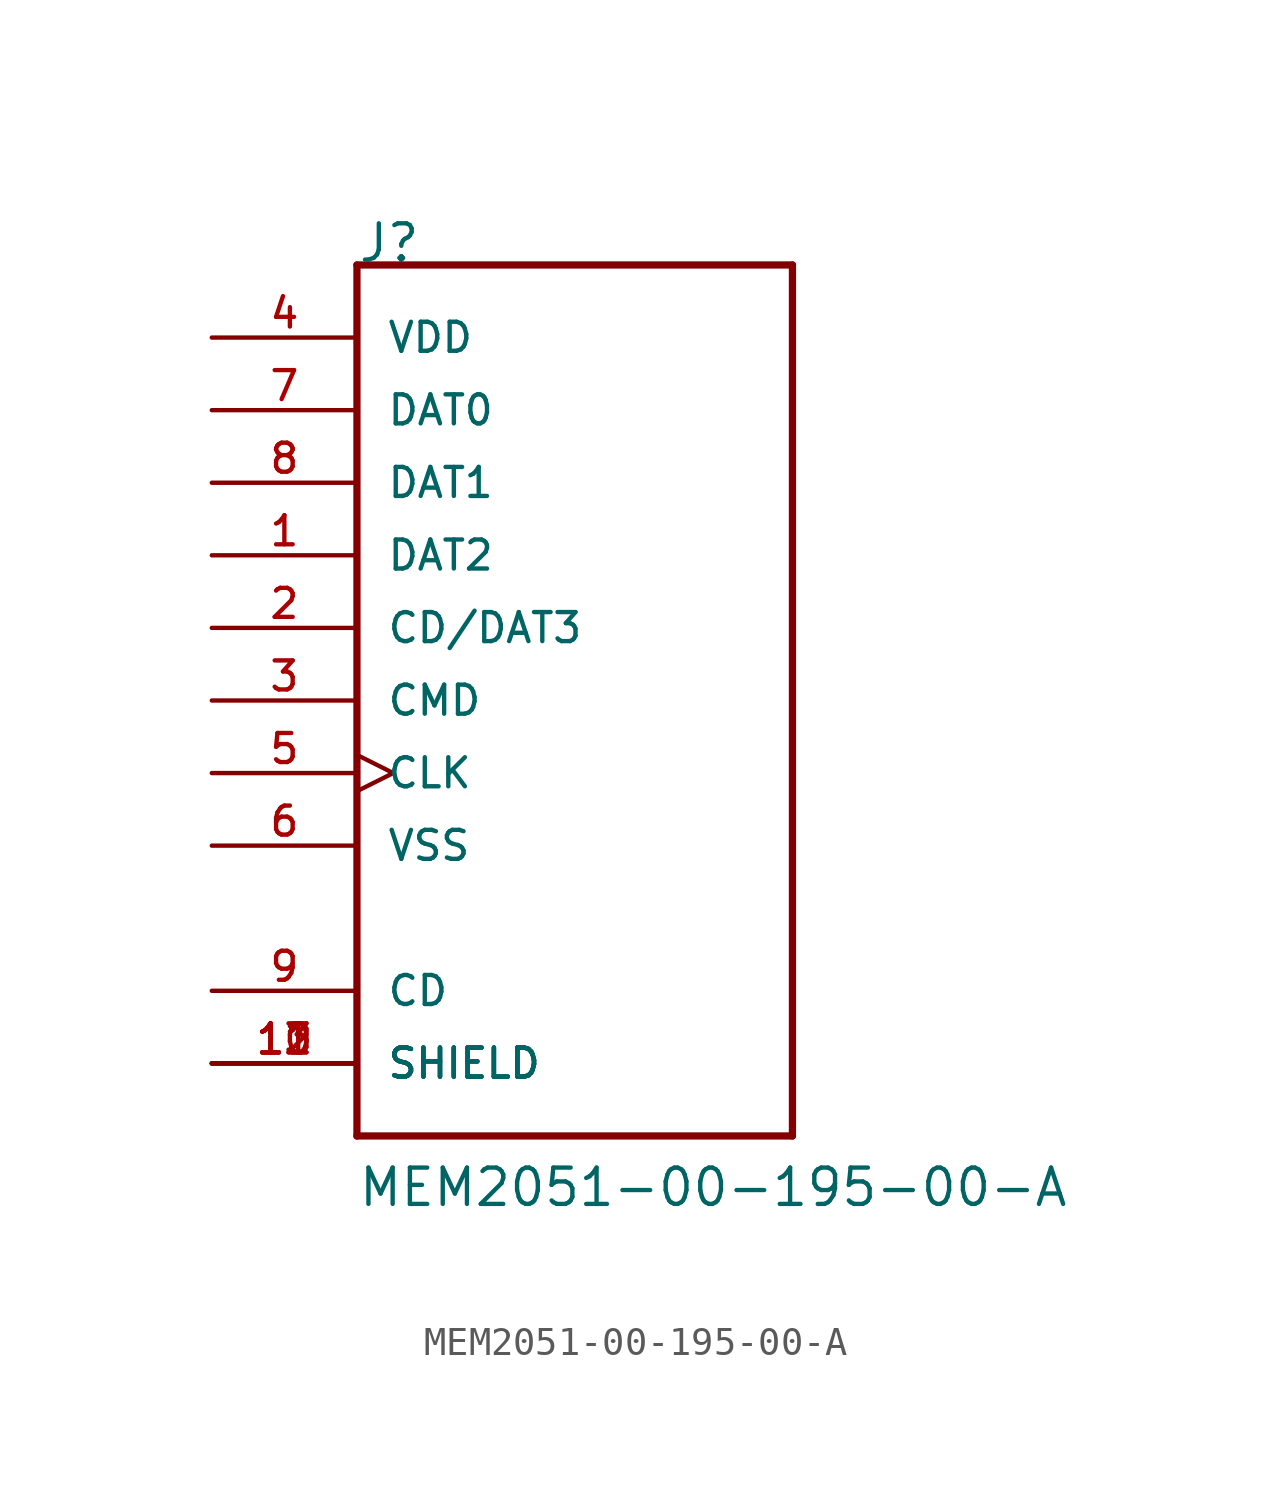
<source format=kicad_sym>
(kicad_symbol_lib
  (version 20211014)
  (generator kicad_symbol_editor)
  (symbol "MEM2051-00-195-00-A"
    (pin_names
      (offset 1.016))
    (property "Reference" "J"
      (at 0 15.265 0)
      (effects (font (size 1.27 1.27)) (justify left bottom)))
    (property "Value" "MEM2051-00-195-00-A"
      (at 0 -17.78 0)
      (effects (font (size 1.27 1.27)) (justify left bottom)))
    (symbol "MEM2051-00-195-00-A_0_0"
      (polyline (pts (xy 0 -15.24) (xy 0 15.24)) (stroke (width 0.254) (type default) (color 0 0 0 0)) (fill (type none)))
      (polyline (pts (xy 0 15.24) (xy 15.24 15.24)) (stroke (width 0.254) (type default) (color 0 0 0 0)) (fill (type none)))
      (polyline (pts (xy 15.24 -15.24) (xy 0 -15.24)) (stroke (width 0.254) (type default) (color 0 0 0 0)) (fill (type none)))
      (polyline (pts (xy 15.24 15.24) (xy 15.24 -15.24)) (stroke (width 0.254) (type default) (color 0 0 0 0)) (fill (type none)))
      (pin bidirectional line (at -5.08 5.08 0) (length 5.08) (name "DAT2" (effects (font (size 1.016 1.016)))) (number "1" (effects (font (size 1.016 1.016)))))
      (pin passive line (at -5.08 -12.7 0) (length 5.08) (name "SHIELD" (effects (font (size 1.016 1.016)))) (number "10" (effects (font (size 1.016 1.016)))))
      (pin passive line (at -5.08 -12.7 0) (length 5.08) (name "SHIELD" (effects (font (size 1.016 1.016)))) (number "11" (effects (font (size 1.016 1.016)))))
      (pin passive line (at -5.08 -12.7 0) (length 5.08) (name "SHIELD" (effects (font (size 1.016 1.016)))) (number "12" (effects (font (size 1.016 1.016)))))
      (pin passive line (at -5.08 -12.7 0) (length 5.08) (name "SHIELD" (effects (font (size 1.016 1.016)))) (number "13" (effects (font (size 1.016 1.016)))))
      (pin bidirectional line (at -5.08 2.54 0) (length 5.08) (name "CD/DAT3" (effects (font (size 1.016 1.016)))) (number "2" (effects (font (size 1.016 1.016)))))
      (pin bidirectional line (at -5.08 0 0) (length 5.08) (name "CMD" (effects (font (size 1.016 1.016)))) (number "3" (effects (font (size 1.016 1.016)))))
      (pin power_in line (at -5.08 12.7 0) (length 5.08) (name "VDD" (effects (font (size 1.016 1.016)))) (number "4" (effects (font (size 1.016 1.016)))))
      (pin bidirectional clock (at -5.08 -2.54 0) (length 5.08) (name "CLK" (effects (font (size 1.016 1.016)))) (number "5" (effects (font (size 1.016 1.016)))))
      (pin power_in line (at -5.08 -5.08 0) (length 5.08) (name "VSS" (effects (font (size 1.016 1.016)))) (number "6" (effects (font (size 1.016 1.016)))))
      (pin bidirectional line (at -5.08 10.16 0) (length 5.08) (name "DAT0" (effects (font (size 1.016 1.016)))) (number "7" (effects (font (size 1.016 1.016)))))
      (pin bidirectional line (at -5.08 7.62 0) (length 5.08) (name "DAT1" (effects (font (size 1.016 1.016)))) (number "8" (effects (font (size 1.016 1.016)))))
      (pin passive line (at -5.08 -10.16 0) (length 5.08) (name "CD" (effects (font (size 1.016 1.016)))) (number "9" (effects (font (size 1.016 1.016))))))))
</source>
